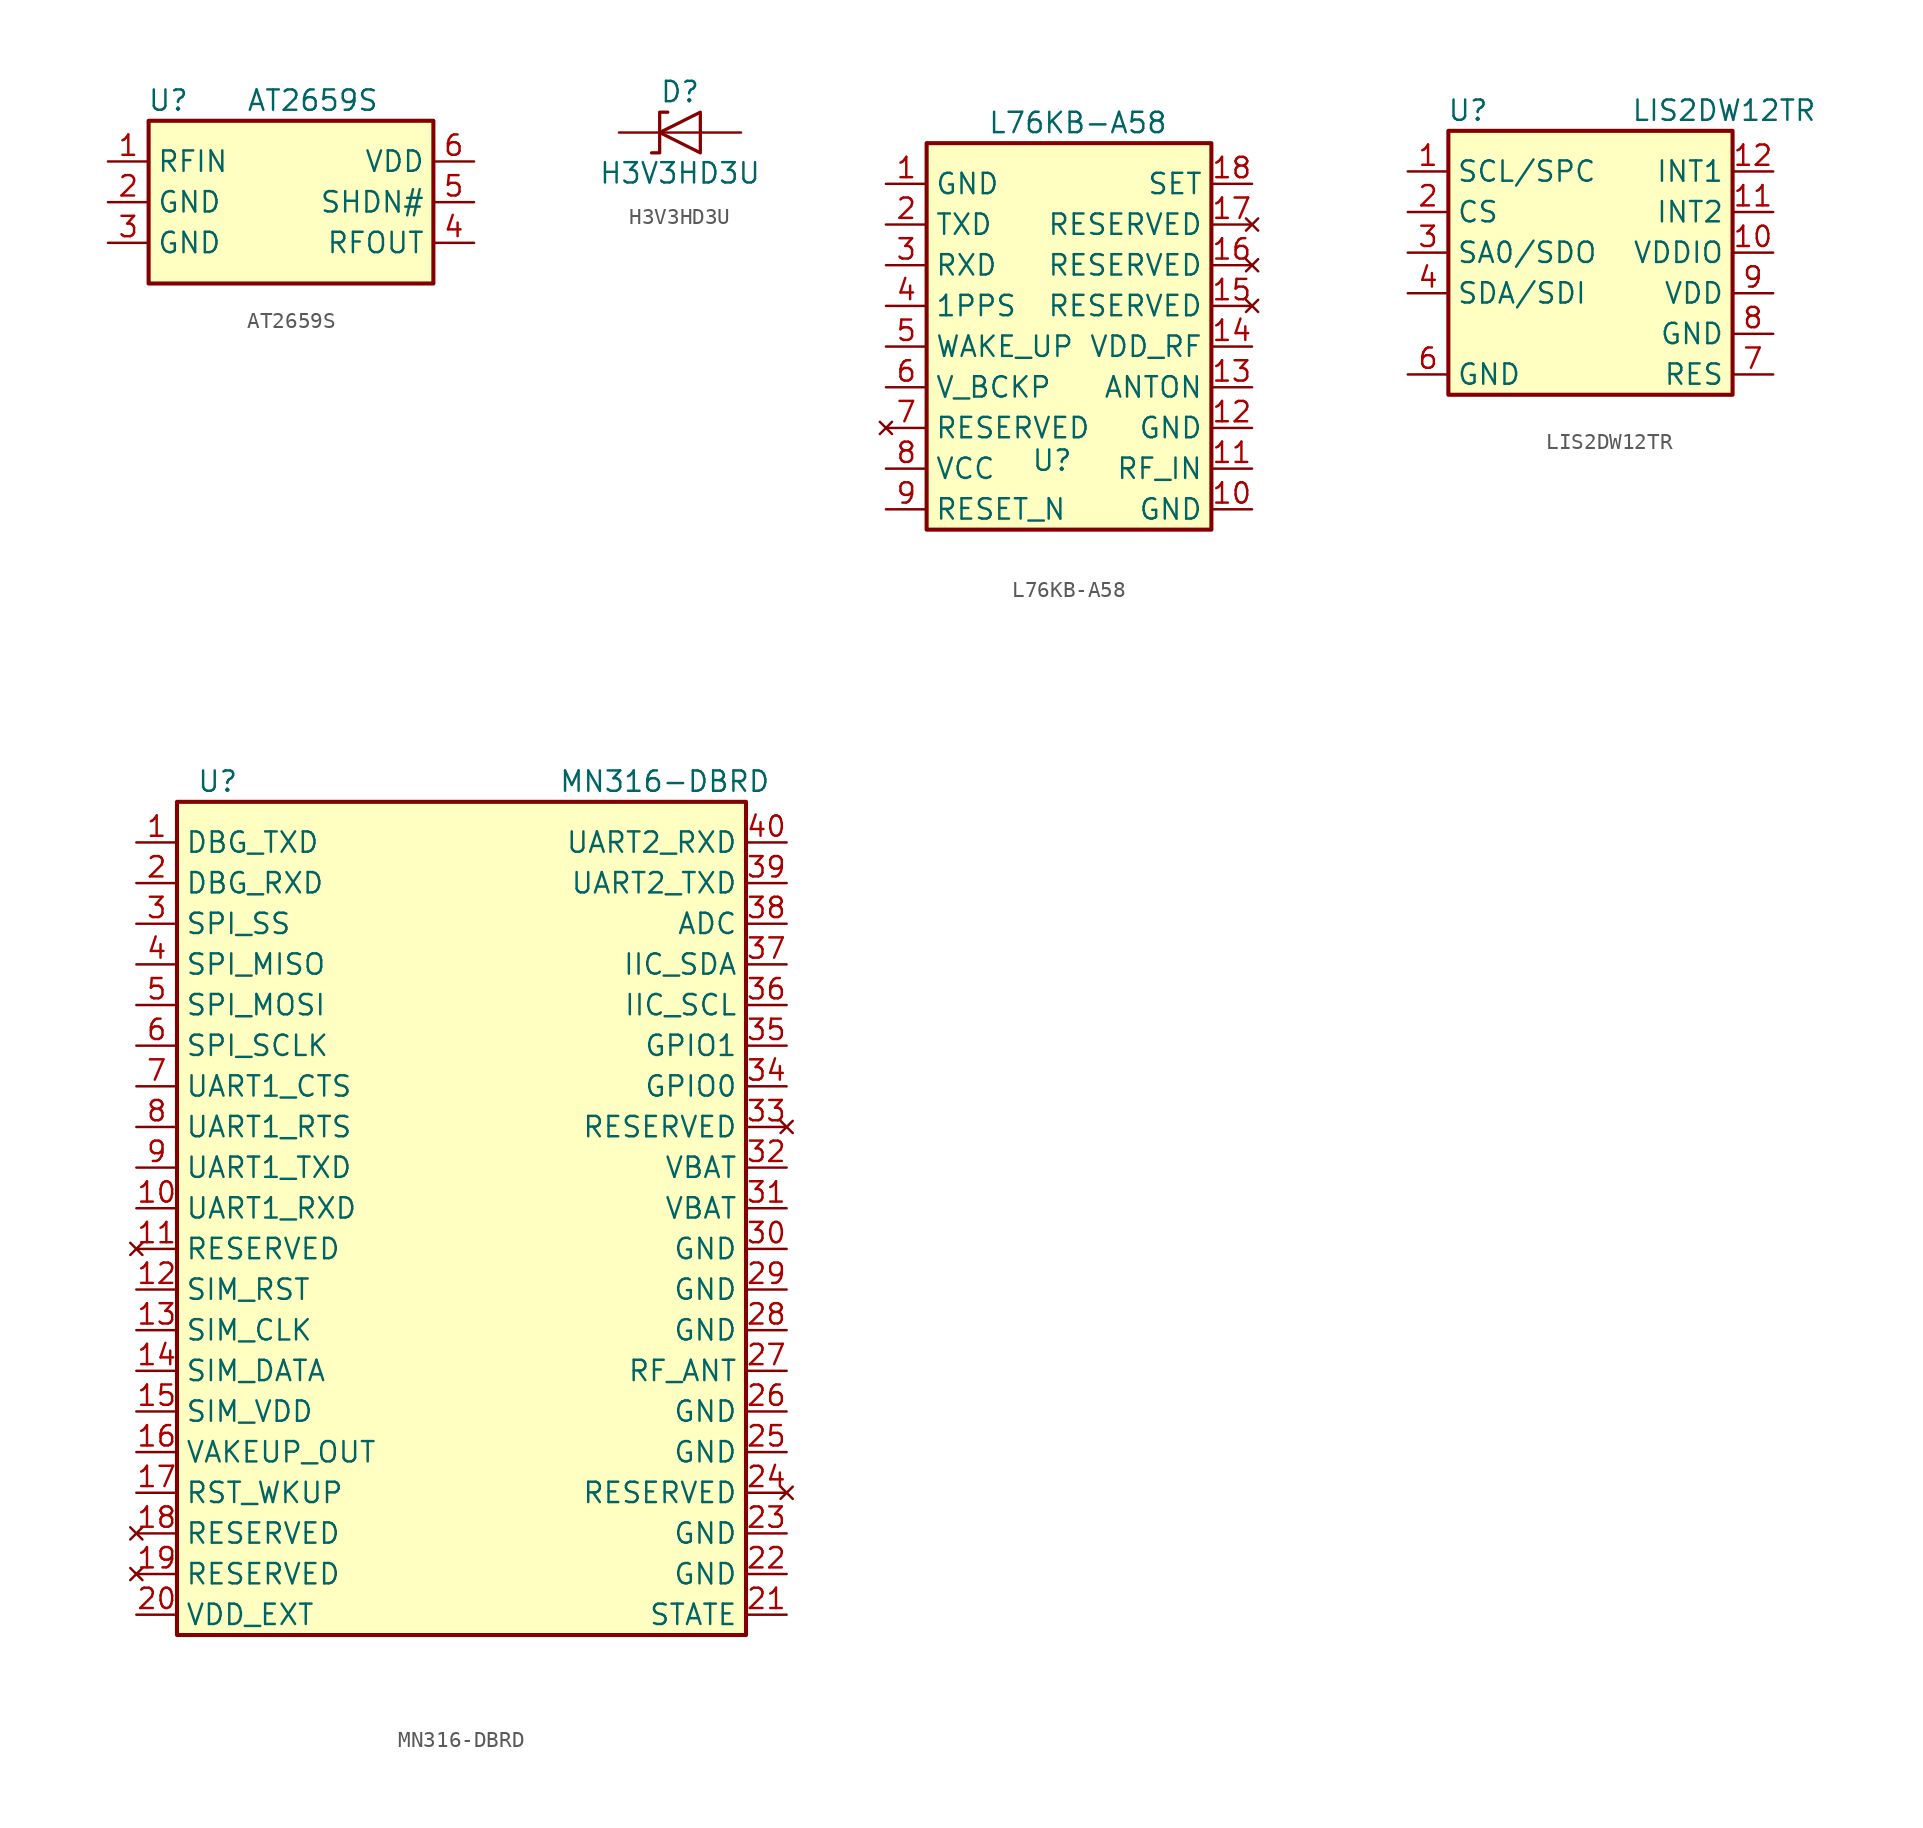
<source format=kicad_sym>
(kicad_symbol_lib
  (version 20241209)
  (generator "kicad_symbol_editor")
  (generator_version "9.0")
  (symbol "AT2659S"
    (property "Reference" "U"
      (at -5.08 11.43 0)
      (effects (font (size 1.27 1.27)) (justify right)))
    (property "Value" "AT2659S"
      (at -1.524 11.43 0)
      (effects (font (size 1.27 1.27)) (justify left)))
    (symbol "AT2659S_0_1"
      (rectangle (start -7.62 10.16) (end 10.16 0) (stroke (width 0.254) (type default)) (fill (type background))))
    (symbol "AT2659S_1_1"
      (pin input line (at -10.16 7.62 0) (length 2.54) (name "RFIN" (effects (font (size 1.27 1.27)))) (number "1" (effects (font (size 1.27 1.27)))))
      (pin power_in line (at -10.16 5.08 0) (length 2.54) (name "GND" (effects (font (size 1.27 1.27)))) (number "2" (effects (font (size 1.27 1.27)))))
      (pin power_in line (at -10.16 2.54 0) (length 2.54) (name "GND" (effects (font (size 1.27 1.27)))) (number "3" (effects (font (size 1.27 1.27)))))
      (pin power_in line (at 12.7 7.62 180) (length 2.54) (name "VDD" (effects (font (size 1.27 1.27)))) (number "6" (effects (font (size 1.27 1.27)))))
      (pin passive line (at 12.7 5.08 180) (length 2.54) (name "SHDN#" (effects (font (size 1.27 1.27)))) (number "5" (effects (font (size 1.27 1.27)))))
      (pin output line (at 12.7 2.54 180) (length 2.54) (name "RFOUT" (effects (font (size 1.27 1.27)))) (number "4" (effects (font (size 1.27 1.27)))))))
  (symbol "H3V3HD3U"
    (pin_numbers
      (hide yes))
    (pin_names
      (offset 1.016)
      (hide yes))
    (property "Reference" "D"
      (at 0 2.54 0)
      (effects (font (size 1.27 1.27))))
    (property "Value" "H3V3HD3U"
      (at 0 -2.54 0)
      (effects (font (size 1.27 1.27))))
    (symbol "H3V3HD3U_0_1"
      (polyline (pts (xy -0.762 1.27) (xy -1.27 1.27) (xy -1.27 -1.27) (xy -1.778 -1.27)) (stroke (width 0.203) (type default)) (fill (type none)))
      (polyline (pts (xy 1.27 1.27) (xy 1.27 -1.27) (xy -1.27 0) (xy 1.27 1.27)) (stroke (width 0.203) (type default)) (fill (type none)))
      (polyline (pts (xy 1.27 0) (xy -1.27 0)) (stroke (width 0) (type default)) (fill (type none))))
    (symbol "H3V3HD3U_1_1"
      (pin passive line (at -3.81 0 0) (length 2.54) (name "A1" (effects (font (size 1.27 1.27)))) (number "1" (effects (font (size 1.27 1.27)))))
      (pin power_in line (at 3.81 0 180) (length 2.54) (name "A2" (effects (font (size 1.27 1.27)))) (number "2" (effects (font (size 1.27 1.27)))))))
  (symbol "L76KB-A58"
    (property "Reference" "U"
      (at 1.524 -9.652 0)
      (effects (font (size 1.27 1.27)) (justify right)))
    (property "Value" "L76KB-A58"
      (at -3.81 11.43 0)
      (effects (font (size 1.27 1.27)) (justify left)))
    (symbol "L76KB-A58_0_1"
      (rectangle (start -7.62 10.16) (end 10.16 -13.97) (stroke (width 0.254) (type default)) (fill (type background))))
    (symbol "L76KB-A58_1_1"
      (pin power_in line (at -10.16 7.62 0) (length 2.54) (name "GND" (effects (font (size 1.27 1.27)))) (number "1" (effects (font (size 1.27 1.27)))))
      (pin passive line (at -10.16 5.08 0) (length 2.54) (name "TXD" (effects (font (size 1.27 1.27)))) (number "2" (effects (font (size 1.27 1.27)))))
      (pin passive line (at -10.16 2.54 0) (length 2.54) (name "RXD" (effects (font (size 1.27 1.27)))) (number "3" (effects (font (size 1.27 1.27)))))
      (pin passive line (at -10.16 0 0) (length 2.54) (name "1PPS" (effects (font (size 1.27 1.27)))) (number "4" (effects (font (size 1.27 1.27)))))
      (pin passive line (at -10.16 -2.54 0) (length 2.54) (name "WAKE_UP" (effects (font (size 1.27 1.27)))) (number "5" (effects (font (size 1.27 1.27)))))
      (pin passive line (at -10.16 -5.08 0) (length 2.54) (name "V_BCKP" (effects (font (size 1.27 1.27)))) (number "6" (effects (font (size 1.27 1.27)))))
      (pin no_connect line (at -10.16 -7.62 0) (length 2.54) (name "RESERVED" (effects (font (size 1.27 1.27)))) (number "7" (effects (font (size 1.27 1.27)))))
      (pin power_in line (at -10.16 -10.16 0) (length 2.54) (name "VCC" (effects (font (size 1.27 1.27)))) (number "8" (effects (font (size 1.27 1.27)))))
      (pin passive line (at -10.16 -12.7 0) (length 2.54) (name "RESET_N" (effects (font (size 1.27 1.27)))) (number "9" (effects (font (size 1.27 1.27)))))
      (pin passive line (at 12.7 7.62 180) (length 2.54) (name "SET" (effects (font (size 1.27 1.27)))) (number "18" (effects (font (size 1.27 1.27)))))
      (pin no_connect line (at 12.7 5.08 180) (length 2.54) (name "RESERVED" (effects (font (size 1.27 1.27)))) (number "17" (effects (font (size 1.27 1.27)))))
      (pin no_connect line (at 12.7 2.54 180) (length 2.54) (name "RESERVED" (effects (font (size 1.27 1.27)))) (number "16" (effects (font (size 1.27 1.27)))))
      (pin no_connect line (at 12.7 0 180) (length 2.54) (name "RESERVED" (effects (font (size 1.27 1.27)))) (number "15" (effects (font (size 1.27 1.27)))))
      (pin power_in line (at 12.7 -2.54 180) (length 2.54) (name "VDD_RF" (effects (font (size 1.27 1.27)))) (number "14" (effects (font (size 1.27 1.27)))))
      (pin passive line (at 12.7 -5.08 180) (length 2.54) (name "ANTON" (effects (font (size 1.27 1.27)))) (number "13" (effects (font (size 1.27 1.27)))))
      (pin power_in line (at 12.7 -7.62 180) (length 2.54) (name "GND" (effects (font (size 1.27 1.27)))) (number "12" (effects (font (size 1.27 1.27)))))
      (pin passive line (at 12.7 -10.16 180) (length 2.54) (name "RF_IN" (effects (font (size 1.27 1.27)))) (number "11" (effects (font (size 1.27 1.27)))))
      (pin power_in line (at 12.7 -12.7 180) (length 2.54) (name "GND" (effects (font (size 1.27 1.27)))) (number "10" (effects (font (size 1.27 1.27)))))))
  (symbol "LIS2DW12TR"
    (property "Reference" "U"
      (at -5.08 11.43 0)
      (effects (font (size 1.27 1.27)) (justify right)))
    (property "Value" "LIS2DW12TR"
      (at 3.81 11.43 0)
      (effects (font (size 1.27 1.27)) (justify left)))
    (symbol "LIS2DW12TR_0_1"
      (rectangle (start -7.62 10.16) (end 10.16 -6.35) (stroke (width 0.254) (type default)) (fill (type background))))
    (symbol "LIS2DW12TR_1_1"
      (pin input line (at -10.16 7.62 0) (length 2.54) (name "SCL/SPC" (effects (font (size 1.27 1.27)))) (number "1" (effects (font (size 1.27 1.27)))))
      (pin input line (at -10.16 5.08 0) (length 2.54) (name "CS" (effects (font (size 1.27 1.27)))) (number "2" (effects (font (size 1.27 1.27)))))
      (pin bidirectional line (at -10.16 2.54 0) (length 2.54) (name "SA0/SDO" (effects (font (size 1.27 1.27)))) (number "3" (effects (font (size 1.27 1.27)))))
      (pin bidirectional line (at -10.16 0 0) (length 2.54) (name "SDA/SDI" (effects (font (size 1.27 1.27)))) (number "4" (effects (font (size 1.27 1.27)))))
      (pin no_connect line (at -10.16 -2.54 0) (length 2.54) (hide yes) (name "GND" (effects (font (size 1.27 1.27)))) (number "5" (effects (font (size 1.27 1.27)))))
      (pin power_in line (at -10.16 -5.08 0) (length 2.54) (name "GND" (effects (font (size 1.27 1.27)))) (number "6" (effects (font (size 1.27 1.27)))))
      (pin output line (at 12.7 7.62 180) (length 2.54) (name "INT1" (effects (font (size 1.27 1.27)))) (number "12" (effects (font (size 1.27 1.27)))))
      (pin output line (at 12.7 5.08 180) (length 2.54) (name "INT2" (effects (font (size 1.27 1.27)))) (number "11" (effects (font (size 1.27 1.27)))))
      (pin power_in line (at 12.7 2.54 180) (length 2.54) (name "VDDIO" (effects (font (size 1.27 1.27)))) (number "10" (effects (font (size 1.27 1.27)))))
      (pin power_in line (at 12.7 0 180) (length 2.54) (name "VDD" (effects (font (size 1.27 1.27)))) (number "9" (effects (font (size 1.27 1.27)))))
      (pin passive line (at 12.7 -2.54 180) (length 2.54) (name "GND" (effects (font (size 1.27 1.27)))) (number "8" (effects (font (size 1.27 1.27)))))
      (pin passive line (at 12.7 -5.08 180) (length 2.54) (name "RES" (effects (font (size 1.27 1.27)))) (number "7" (effects (font (size 1.27 1.27)))))))
  (symbol "MN316-DBRD"
    (property "Reference" "U"
      (at -15.24 26.67 0)
      (effects (font (size 1.27 1.27))))
    (property "Value" "MN316-DBRD"
      (at 12.7 26.67 0)
      (effects (font (size 1.27 1.27))))
    (symbol "MN316-DBRD_0_1"
      (rectangle (start -17.78 25.4) (end 17.78 -26.67) (stroke (width 0.254) (type default)) (fill (type background))))
    (symbol "MN316-DBRD_1_1"
      (pin output line (at -20.32 22.86 0) (length 2.54) (name "DBG_TXD" (effects (font (size 1.27 1.27)))) (number "1" (effects (font (size 1.27 1.27)))))
      (pin input line (at -20.32 20.32 0) (length 2.54) (name "DBG_RXD" (effects (font (size 1.27 1.27)))) (number "2" (effects (font (size 1.27 1.27)))))
      (pin input line (at -20.32 17.78 0) (length 2.54) (name "SPI_SS" (effects (font (size 1.27 1.27)))) (number "3" (effects (font (size 1.27 1.27)))))
      (pin output line (at -20.32 15.24 0) (length 2.54) (name "SPI_MISO" (effects (font (size 1.27 1.27)))) (number "4" (effects (font (size 1.27 1.27)))))
      (pin input line (at -20.32 12.7 0) (length 2.54) (name "SPI_MOSI" (effects (font (size 1.27 1.27)))) (number "5" (effects (font (size 1.27 1.27)))))
      (pin input line (at -20.32 10.16 0) (length 2.54) (name "SPI_SCLK" (effects (font (size 1.27 1.27)))) (number "6" (effects (font (size 1.27 1.27)))))
      (pin input line (at -20.32 7.62 0) (length 2.54) (name "UART1_CTS" (effects (font (size 1.27 1.27)))) (number "7" (effects (font (size 1.27 1.27)))))
      (pin output line (at -20.32 5.08 0) (length 2.54) (name "UART1_RTS" (effects (font (size 1.27 1.27)))) (number "8" (effects (font (size 1.27 1.27)))))
      (pin output line (at -20.32 2.54 0) (length 2.54) (name "UART1_TXD" (effects (font (size 1.27 1.27)))) (number "9" (effects (font (size 1.27 1.27)))))
      (pin input line (at -20.32 0 0) (length 2.54) (name "UART1_RXD" (effects (font (size 1.27 1.27)))) (number "10" (effects (font (size 1.27 1.27)))))
      (pin no_connect line (at -20.32 -2.54 0) (length 2.54) (name "RESERVED" (effects (font (size 1.27 1.27)))) (number "11" (effects (font (size 1.27 1.27)))))
      (pin output line (at -20.32 -5.08 0) (length 2.54) (name "SIM_RST" (effects (font (size 1.27 1.27)))) (number "12" (effects (font (size 1.27 1.27)))))
      (pin output line (at -20.32 -7.62 0) (length 2.54) (name "SIM_CLK" (effects (font (size 1.27 1.27)))) (number "13" (effects (font (size 1.27 1.27)))))
      (pin bidirectional line (at -20.32 -10.16 0) (length 2.54) (name "SIM_DATA" (effects (font (size 1.27 1.27)))) (number "14" (effects (font (size 1.27 1.27)))))
      (pin power_out line (at -20.32 -12.7 0) (length 2.54) (name "SIM_VDD" (effects (font (size 1.27 1.27)))) (number "15" (effects (font (size 1.27 1.27)))))
      (pin output line (at -20.32 -15.24 0) (length 2.54) (name "VAKEUP_OUT" (effects (font (size 1.27 1.27)))) (number "16" (effects (font (size 1.27 1.27)))))
      (pin input line (at -20.32 -17.78 0) (length 2.54) (name "RST_WKUP" (effects (font (size 1.27 1.27)))) (number "17" (effects (font (size 1.27 1.27)))))
      (pin no_connect line (at -20.32 -20.32 0) (length 2.54) (name "RESERVED" (effects (font (size 1.27 1.27)))) (number "18" (effects (font (size 1.27 1.27)))))
      (pin no_connect line (at -20.32 -22.86 0) (length 2.54) (name "RESERVED" (effects (font (size 1.27 1.27)))) (number "19" (effects (font (size 1.27 1.27)))))
      (pin power_in line (at -20.32 -25.4 0) (length 2.54) (name "VDD_EXT" (effects (font (size 1.27 1.27)))) (number "20" (effects (font (size 1.27 1.27)))))
      (pin input line (at 20.32 22.86 180) (length 2.54) (name "UART2_RXD" (effects (font (size 1.27 1.27)))) (number "40" (effects (font (size 1.27 1.27)))))
      (pin output line (at 20.32 20.32 180) (length 2.54) (name "UART2_TXD" (effects (font (size 1.27 1.27)))) (number "39" (effects (font (size 1.27 1.27)))))
      (pin input line (at 20.32 17.78 180) (length 2.54) (name "ADC" (effects (font (size 1.27 1.27)))) (number "38" (effects (font (size 1.27 1.27)))))
      (pin bidirectional line (at 20.32 15.24 180) (length 2.54) (name "IIC_SDA" (effects (font (size 1.27 1.27)))) (number "37" (effects (font (size 1.27 1.27)))))
      (pin input line (at 20.32 12.7 180) (length 2.54) (name "IIC_SCL" (effects (font (size 1.27 1.27)))) (number "36" (effects (font (size 1.27 1.27)))))
      (pin bidirectional line (at 20.32 10.16 180) (length 2.54) (name "GPIO1" (effects (font (size 1.27 1.27)))) (number "35" (effects (font (size 1.27 1.27)))))
      (pin bidirectional line (at 20.32 7.62 180) (length 2.54) (name "GPIO0" (effects (font (size 1.27 1.27)))) (number "34" (effects (font (size 1.27 1.27)))))
      (pin no_connect line (at 20.32 5.08 180) (length 2.54) (name "RESERVED" (effects (font (size 1.27 1.27)))) (number "33" (effects (font (size 1.27 1.27)))))
      (pin power_in line (at 20.32 2.54 180) (length 2.54) (name "VBAT" (effects (font (size 1.27 1.27)))) (number "32" (effects (font (size 1.27 1.27)))))
      (pin power_in line (at 20.32 0 180) (length 2.54) (name "VBAT" (effects (font (size 1.27 1.27)))) (number "31" (effects (font (size 1.27 1.27)))))
      (pin input line (at 20.32 -2.54 180) (length 2.54) (name "GND" (effects (font (size 1.27 1.27)))) (number "30" (effects (font (size 1.27 1.27)))))
      (pin input line (at 20.32 -5.08 180) (length 2.54) (name "GND" (effects (font (size 1.27 1.27)))) (number "29" (effects (font (size 1.27 1.27)))))
      (pin input line (at 20.32 -7.62 180) (length 2.54) (name "GND" (effects (font (size 1.27 1.27)))) (number "28" (effects (font (size 1.27 1.27)))))
      (pin passive line (at 20.32 -10.16 180) (length 2.54) (name "RF_ANT" (effects (font (size 1.27 1.27)))) (number "27" (effects (font (size 1.27 1.27)))))
      (pin input line (at 20.32 -12.7 180) (length 2.54) (name "GND" (effects (font (size 1.27 1.27)))) (number "26" (effects (font (size 1.27 1.27)))))
      (pin input line (at 20.32 -15.24 180) (length 2.54) (name "GND" (effects (font (size 1.27 1.27)))) (number "25" (effects (font (size 1.27 1.27)))))
      (pin no_connect line (at 20.32 -17.78 180) (length 2.54) (name "RESERVED" (effects (font (size 1.27 1.27)))) (number "24" (effects (font (size 1.27 1.27)))))
      (pin input line (at 20.32 -20.32 180) (length 2.54) (name "GND" (effects (font (size 1.27 1.27)))) (number "23" (effects (font (size 1.27 1.27)))))
      (pin input line (at 20.32 -22.86 180) (length 2.54) (name "GND" (effects (font (size 1.27 1.27)))) (number "22" (effects (font (size 1.27 1.27)))))
      (pin output line (at 20.32 -25.4 180) (length 2.54) (name "STATE" (effects (font (size 1.27 1.27)))) (number "21" (effects (font (size 1.27 1.27))))))))
</source>
